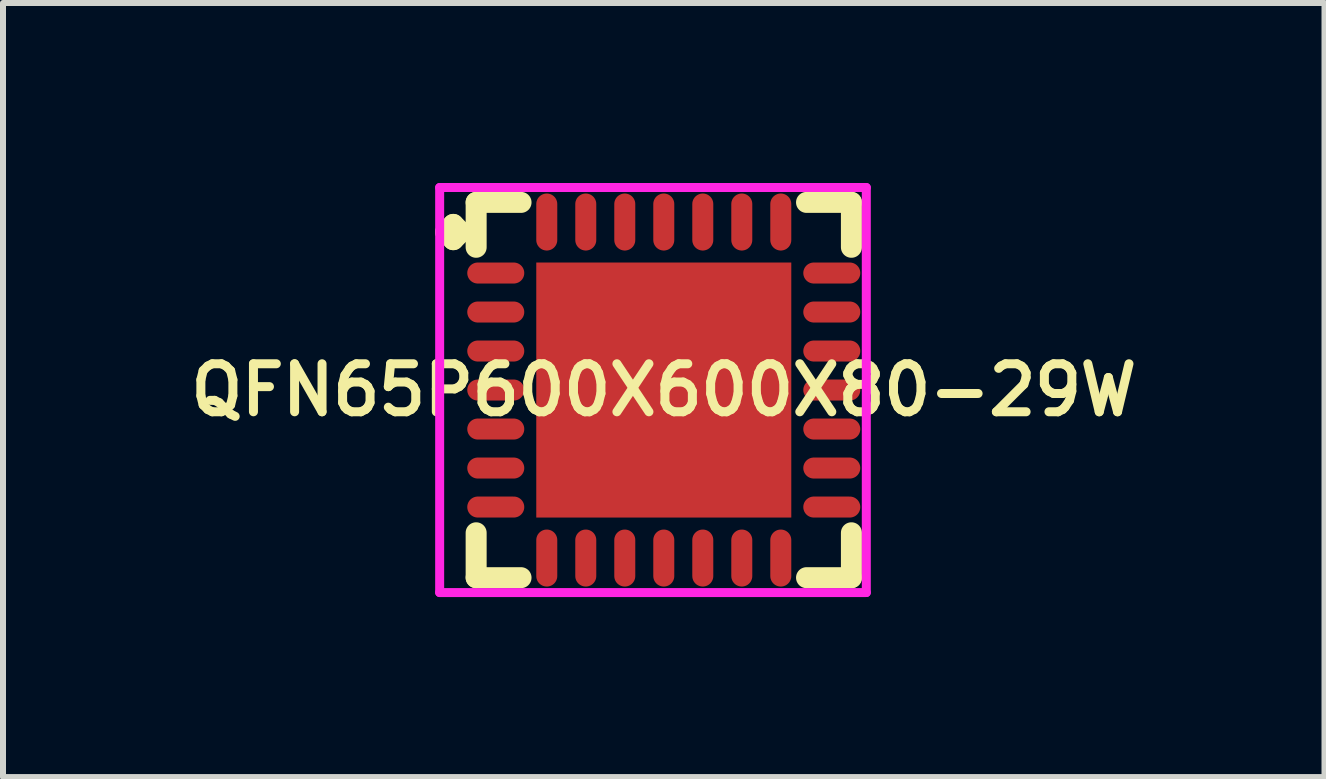
<source format=kicad_pcb>
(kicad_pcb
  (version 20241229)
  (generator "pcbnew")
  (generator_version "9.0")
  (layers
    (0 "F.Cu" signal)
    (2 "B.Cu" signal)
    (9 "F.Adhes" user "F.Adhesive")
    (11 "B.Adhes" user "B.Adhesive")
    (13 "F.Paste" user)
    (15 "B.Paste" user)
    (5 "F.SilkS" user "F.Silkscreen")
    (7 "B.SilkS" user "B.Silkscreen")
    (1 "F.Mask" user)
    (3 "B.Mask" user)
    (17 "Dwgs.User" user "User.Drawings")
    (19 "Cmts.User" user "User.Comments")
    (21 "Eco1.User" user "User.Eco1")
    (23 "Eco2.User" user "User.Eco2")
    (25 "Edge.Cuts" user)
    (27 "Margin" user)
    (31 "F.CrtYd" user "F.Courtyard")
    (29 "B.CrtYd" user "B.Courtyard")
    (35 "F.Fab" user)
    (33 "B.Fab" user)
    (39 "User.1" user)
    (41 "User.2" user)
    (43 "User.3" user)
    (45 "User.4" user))
  (footprint "QFN65P600X600X80-29W"
    (layer "F.Cu")
    (at 8.012 3.45)
    (property "Reference" "QFN65P600X600X80-29W" (at 0 0 0) (layer "F.SilkS") (effects (font (size 0.8 0.8) (thickness 0.15))))
    (attr smd)
    (fp_line (start -3.635 -2.633) (end -3.508 -2.76) (stroke (width 0.35) (type solid)) (layer "F.SilkS"))
    (fp_line (start -3.508 -2.76) (end -3.381 -2.633) (stroke (width 0.35) (type solid)) (layer "F.SilkS"))
    (fp_line (start -3.508 -2.506) (end -3.635 -2.633) (stroke (width 0.35) (type solid)) (layer "F.SilkS"))
    (fp_line (start -3.381 -2.633) (end -3.508 -2.506) (stroke (width 0.35) (type solid)) (layer "F.SilkS"))
    (fp_line (start -3.127 -3.127) (end -2.379 -3.127) (stroke (width 0.35) (type solid)) (layer "F.SilkS"))
    (fp_line (start -3.127 -2.379) (end -3.127 -3.127) (stroke (width 0.35) (type solid)) (layer "F.SilkS"))
    (fp_line (start -3.127 2.379) (end -3.127 3.127) (stroke (width 0.35) (type solid)) (layer "F.SilkS"))
    (fp_line (start -3.127 3.127) (end -2.379 3.127) (stroke (width 0.35) (type solid)) (layer "F.SilkS"))
    (fp_line (start 2.379 -3.127) (end 3.127 -3.127) (stroke (width 0.35) (type solid)) (layer "F.SilkS"))
    (fp_line (start 2.379 3.127) (end 3.127 3.127) (stroke (width 0.35) (type solid)) (layer "F.SilkS"))
    (fp_line (start 3.127 -3.127) (end 3.127 -2.379) (stroke (width 0.35) (type solid)) (layer "F.SilkS"))
    (fp_line (start 3.127 3.127) (end 3.127 2.379) (stroke (width 0.35) (type solid)) (layer "F.SilkS"))
    (fp_line (start -3.735 -3.375) (end 3.375 -3.375) (stroke (width 0.15) (type solid)) (layer "F.CrtYd"))
    (fp_line (start -3.735 3.375) (end -3.735 -3.375) (stroke (width 0.15) (type solid)) (layer "F.CrtYd"))
    (fp_line (start 3.375 -3.375) (end 3.375 3.375) (stroke (width 0.15) (type solid)) (layer "F.CrtYd"))
    (fp_line (start 3.375 3.375) (end -3.735 3.375) (stroke (width 0.15) (type solid)) (layer "F.CrtYd"))
    (pad "1" smd oval (at -2.8 -1.95) (size 0.95 0.35) (layers "F.Cu" "F.Mask" "F.Paste"))
    (pad "2" smd oval (at -2.8 -1.3) (size 0.95 0.35) (layers "F.Cu" "F.Mask" "F.Paste"))
    (pad "3" smd oval (at -2.8 -0.65) (size 0.95 0.35) (layers "F.Cu" "F.Mask" "F.Paste"))
    (pad "4" smd oval (at -2.8 0) (size 0.95 0.35) (layers "F.Cu" "F.Mask" "F.Paste"))
    (pad "5" smd oval (at -2.8 0.65) (size 0.95 0.35) (layers "F.Cu" "F.Mask" "F.Paste"))
    (pad "6" smd oval (at -2.8 1.3) (size 0.95 0.35) (layers "F.Cu" "F.Mask" "F.Paste"))
    (pad "7" smd oval (at -2.8 1.95) (size 0.95 0.35) (layers "F.Cu" "F.Mask" "F.Paste"))
    (pad "8" smd oval (at -1.95 2.8) (size 0.35 0.95) (layers "F.Cu" "F.Mask" "F.Paste"))
    (pad "9" smd oval (at -1.3 2.8) (size 0.35 0.95) (layers "F.Cu" "F.Mask" "F.Paste"))
    (pad "10" smd oval (at -0.65 2.8) (size 0.35 0.95) (layers "F.Cu" "F.Mask" "F.Paste"))
    (pad "11" smd oval (at 0 2.8) (size 0.35 0.95) (layers "F.Cu" "F.Mask" "F.Paste"))
    (pad "12" smd oval (at 0.65 2.8) (size 0.35 0.95) (layers "F.Cu" "F.Mask" "F.Paste"))
    (pad "13" smd oval (at 1.3 2.8) (size 0.35 0.95) (layers "F.Cu" "F.Mask" "F.Paste"))
    (pad "14" smd oval (at 1.95 2.8) (size 0.35 0.95) (layers "F.Cu" "F.Mask" "F.Paste"))
    (pad "15" smd oval (at 2.8 1.95) (size 0.95 0.35) (layers "F.Cu" "F.Mask" "F.Paste"))
    (pad "16" smd oval (at 2.8 1.3) (size 0.95 0.35) (layers "F.Cu" "F.Mask" "F.Paste"))
    (pad "17" smd oval (at 2.8 0.65) (size 0.95 0.35) (layers "F.Cu" "F.Mask" "F.Paste"))
    (pad "18" smd oval (at 2.8 0) (size 0.95 0.35) (layers "F.Cu" "F.Mask" "F.Paste"))
    (pad "19" smd oval (at 2.8 -0.65) (size 0.95 0.35) (layers "F.Cu" "F.Mask" "F.Paste"))
    (pad "20" smd oval (at 2.8 -1.3) (size 0.95 0.35) (layers "F.Cu" "F.Mask" "F.Paste"))
    (pad "21" smd oval (at 2.8 -1.95) (size 0.95 0.35) (layers "F.Cu" "F.Mask" "F.Paste"))
    (pad "22" smd oval (at 1.95 -2.8) (size 0.35 0.95) (layers "F.Cu" "F.Mask" "F.Paste"))
    (pad "23" smd oval (at 1.3 -2.8) (size 0.35 0.95) (layers "F.Cu" "F.Mask" "F.Paste"))
    (pad "24" smd oval (at 0.65 -2.8) (size 0.35 0.95) (layers "F.Cu" "F.Mask" "F.Paste"))
    (pad "25" smd oval (at 0 -2.8) (size 0.35 0.95) (layers "F.Cu" "F.Mask" "F.Paste"))
    (pad "26" smd oval (at -0.65 -2.8) (size 0.35 0.95) (layers "F.Cu" "F.Mask" "F.Paste"))
    (pad "27" smd oval (at -1.3 -2.8) (size 0.35 0.95) (layers "F.Cu" "F.Mask" "F.Paste"))
    (pad "28" smd oval (at -1.95 -2.8) (size 0.35 0.95) (layers "F.Cu" "F.Mask" "F.Paste"))
    (pad "29" smd rect (at 0 0) (size 4.25 4.25) (layers "F.Cu" "F.Mask" "F.Paste")))
  (gr_rect
    (start -3 -3)
    (end 19.023 9.9)
    (stroke (width 0.1) (type default))
    (fill no)
    (layer "Edge.Cuts")))
</source>
